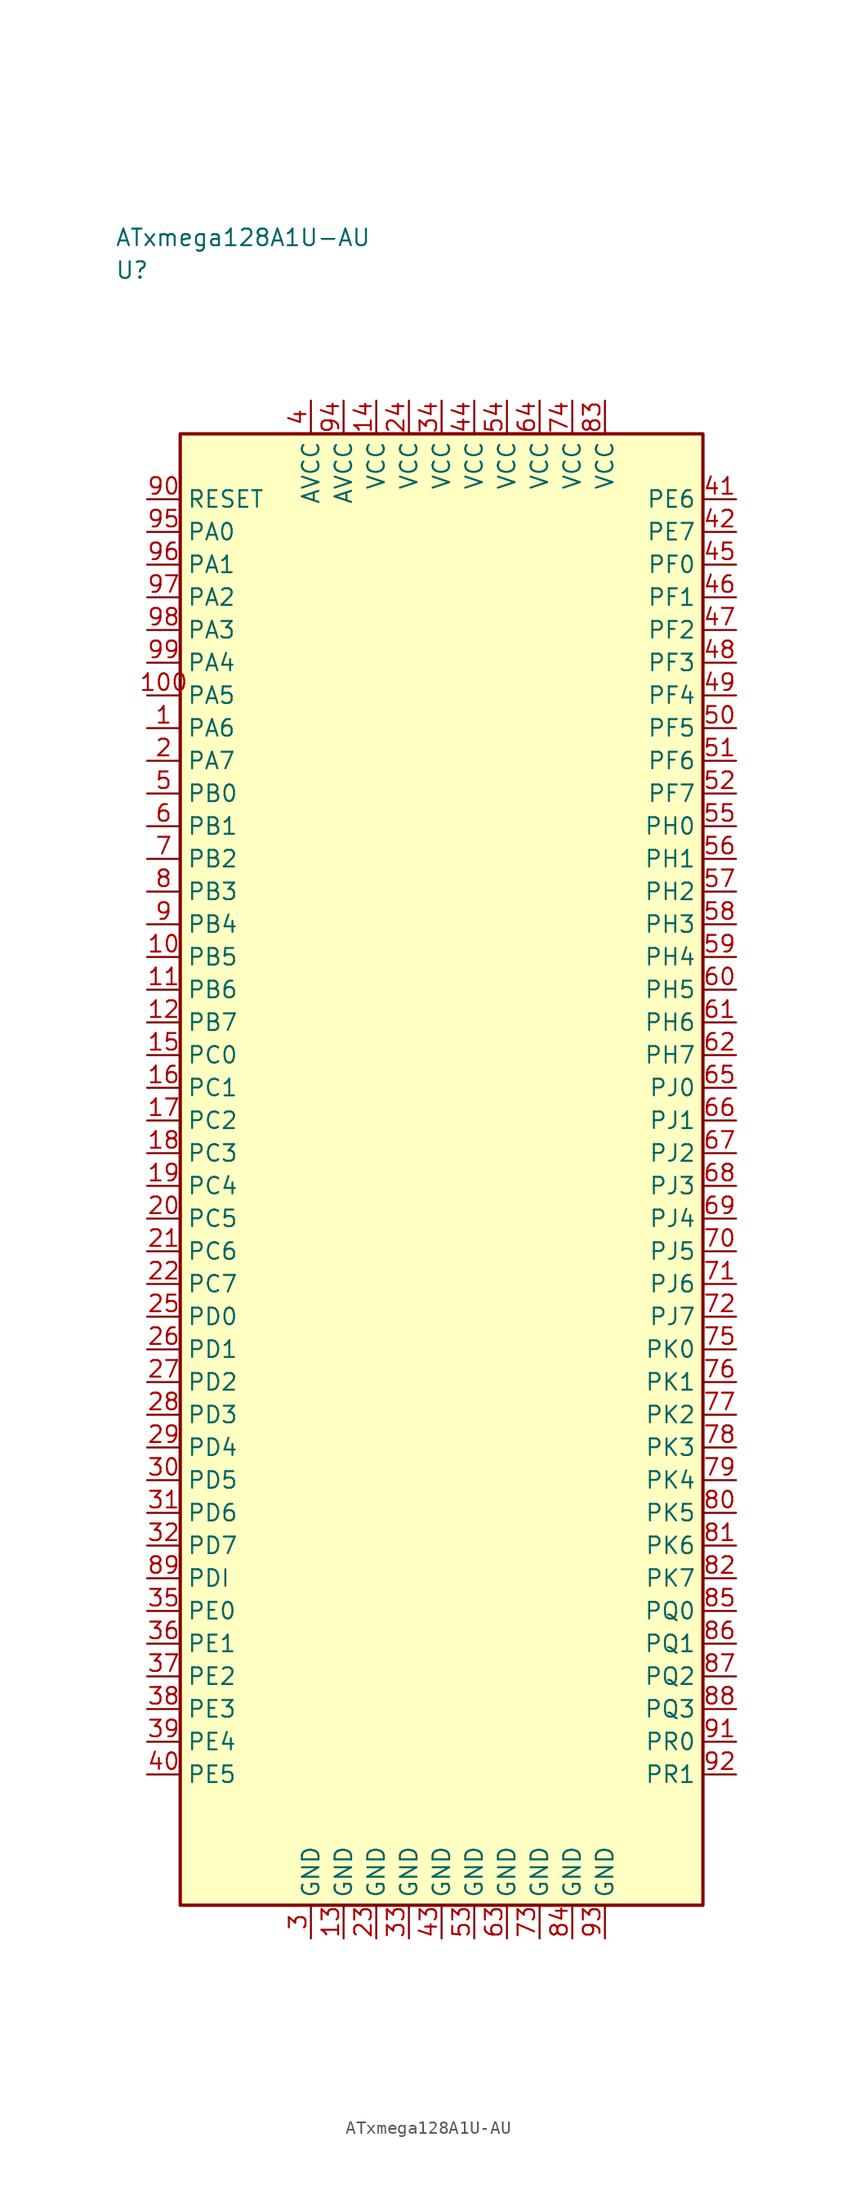
<source format=kicad_sym>
(kicad_symbol_lib
  (version 20241025)
  (generator "kicad_symbol_editor")
  (generator_version "8.0")
  (symbol "ATxmega128A1U-AU"
    (property "Reference" "U"
      (at -25.0 68.75 0)
      (effects (font (size 1.27 1.27)) (justify left)))
    (property "Value" "ATxmega128A1U-AU"
      (at -25.0 71.25 0)
      (effects (font (size 1.27 1.27)) (justify left)))
    (symbol "ATxmega128A1U-AU_0_1"
      (rectangle (start -20.0 56.25) (end 20.0 -56.25) (stroke (width 0.254) (type default)) (fill (type background))))
    (symbol "ATxmega128A1U-AU_1_1"
      (pin bidirectional line (at -22.54 33.75 0.0) (length 2.54) (name "PA6" (effects (font (size 1.27 1.27)))) (number "1" (effects (font (size 1.27 1.27)))))
      (pin bidirectional line (at -22.54 31.25 0.0) (length 2.54) (name "PA7" (effects (font (size 1.27 1.27)))) (number "2" (effects (font (size 1.27 1.27)))))
      (pin passive line (at -10.0 -58.79 90.0) (length 2.54) (name "GND" (effects (font (size 1.27 1.27)))) (number "3" (effects (font (size 1.27 1.27)))))
      (pin power_in line (at -10.0 58.79 270.0) (length 2.54) (name "AVCC" (effects (font (size 1.27 1.27)))) (number "4" (effects (font (size 1.27 1.27)))))
      (pin bidirectional line (at -22.54 28.75 0.0) (length 2.54) (name "PB0" (effects (font (size 1.27 1.27)))) (number "5" (effects (font (size 1.27 1.27)))))
      (pin bidirectional line (at -22.54 26.25 0.0) (length 2.54) (name "PB1" (effects (font (size 1.27 1.27)))) (number "6" (effects (font (size 1.27 1.27)))))
      (pin bidirectional line (at -22.54 23.75 0.0) (length 2.54) (name "PB2" (effects (font (size 1.27 1.27)))) (number "7" (effects (font (size 1.27 1.27)))))
      (pin bidirectional line (at -22.54 21.25 0.0) (length 2.54) (name "PB3" (effects (font (size 1.27 1.27)))) (number "8" (effects (font (size 1.27 1.27)))))
      (pin bidirectional line (at -22.54 18.75 0.0) (length 2.54) (name "PB4" (effects (font (size 1.27 1.27)))) (number "9" (effects (font (size 1.27 1.27)))))
      (pin bidirectional line (at -22.54 16.25 0.0) (length 2.54) (name "PB5" (effects (font (size 1.27 1.27)))) (number "10" (effects (font (size 1.27 1.27)))))
      (pin bidirectional line (at -22.54 13.75 0.0) (length 2.54) (name "PB6" (effects (font (size 1.27 1.27)))) (number "11" (effects (font (size 1.27 1.27)))))
      (pin bidirectional line (at -22.54 11.25 0.0) (length 2.54) (name "PB7" (effects (font (size 1.27 1.27)))) (number "12" (effects (font (size 1.27 1.27)))))
      (pin passive line (at -7.5 -58.79 90.0) (length 2.54) (name "GND" (effects (font (size 1.27 1.27)))) (number "13" (effects (font (size 1.27 1.27)))))
      (pin power_in line (at -5.0 58.79 270.0) (length 2.54) (name "VCC" (effects (font (size 1.27 1.27)))) (number "14" (effects (font (size 1.27 1.27)))))
      (pin bidirectional line (at -22.54 8.75 0.0) (length 2.54) (name "PC0" (effects (font (size 1.27 1.27)))) (number "15" (effects (font (size 1.27 1.27)))))
      (pin bidirectional line (at -22.54 6.25 0.0) (length 2.54) (name "PC1" (effects (font (size 1.27 1.27)))) (number "16" (effects (font (size 1.27 1.27)))))
      (pin bidirectional line (at -22.54 3.75 0.0) (length 2.54) (name "PC2" (effects (font (size 1.27 1.27)))) (number "17" (effects (font (size 1.27 1.27)))))
      (pin bidirectional line (at -22.54 1.25 0.0) (length 2.54) (name "PC3" (effects (font (size 1.27 1.27)))) (number "18" (effects (font (size 1.27 1.27)))))
      (pin bidirectional line (at -22.54 -1.25 0.0) (length 2.54) (name "PC4" (effects (font (size 1.27 1.27)))) (number "19" (effects (font (size 1.27 1.27)))))
      (pin bidirectional line (at -22.54 -3.75 0.0) (length 2.54) (name "PC5" (effects (font (size 1.27 1.27)))) (number "20" (effects (font (size 1.27 1.27)))))
      (pin bidirectional line (at -22.54 -6.25 0.0) (length 2.54) (name "PC6" (effects (font (size 1.27 1.27)))) (number "21" (effects (font (size 1.27 1.27)))))
      (pin bidirectional line (at -22.54 -8.75 0.0) (length 2.54) (name "PC7" (effects (font (size 1.27 1.27)))) (number "22" (effects (font (size 1.27 1.27)))))
      (pin passive line (at -5.0 -58.79 90.0) (length 2.54) (name "GND" (effects (font (size 1.27 1.27)))) (number "23" (effects (font (size 1.27 1.27)))))
      (pin power_in line (at -2.5 58.79 270.0) (length 2.54) (name "VCC" (effects (font (size 1.27 1.27)))) (number "24" (effects (font (size 1.27 1.27)))))
      (pin bidirectional line (at -22.54 -11.25 0.0) (length 2.54) (name "PD0" (effects (font (size 1.27 1.27)))) (number "25" (effects (font (size 1.27 1.27)))))
      (pin bidirectional line (at -22.54 -13.75 0.0) (length 2.54) (name "PD1" (effects (font (size 1.27 1.27)))) (number "26" (effects (font (size 1.27 1.27)))))
      (pin bidirectional line (at -22.54 -16.25 0.0) (length 2.54) (name "PD2" (effects (font (size 1.27 1.27)))) (number "27" (effects (font (size 1.27 1.27)))))
      (pin bidirectional line (at -22.54 -18.75 0.0) (length 2.54) (name "PD3" (effects (font (size 1.27 1.27)))) (number "28" (effects (font (size 1.27 1.27)))))
      (pin bidirectional line (at -22.54 -21.25 0.0) (length 2.54) (name "PD4" (effects (font (size 1.27 1.27)))) (number "29" (effects (font (size 1.27 1.27)))))
      (pin bidirectional line (at -22.54 -23.75 0.0) (length 2.54) (name "PD5" (effects (font (size 1.27 1.27)))) (number "30" (effects (font (size 1.27 1.27)))))
      (pin bidirectional line (at -22.54 -26.25 0.0) (length 2.54) (name "PD6" (effects (font (size 1.27 1.27)))) (number "31" (effects (font (size 1.27 1.27)))))
      (pin bidirectional line (at -22.54 -28.75 0.0) (length 2.54) (name "PD7" (effects (font (size 1.27 1.27)))) (number "32" (effects (font (size 1.27 1.27)))))
      (pin passive line (at -2.5 -58.79 90.0) (length 2.54) (name "GND" (effects (font (size 1.27 1.27)))) (number "33" (effects (font (size 1.27 1.27)))))
      (pin power_in line (at 0.0 58.79 270.0) (length 2.54) (name "VCC" (effects (font (size 1.27 1.27)))) (number "34" (effects (font (size 1.27 1.27)))))
      (pin bidirectional line (at -22.54 -33.75 0.0) (length 2.54) (name "PE0" (effects (font (size 1.27 1.27)))) (number "35" (effects (font (size 1.27 1.27)))))
      (pin bidirectional line (at -22.54 -36.25 0.0) (length 2.54) (name "PE1" (effects (font (size 1.27 1.27)))) (number "36" (effects (font (size 1.27 1.27)))))
      (pin bidirectional line (at -22.54 -38.75 0.0) (length 2.54) (name "PE2" (effects (font (size 1.27 1.27)))) (number "37" (effects (font (size 1.27 1.27)))))
      (pin bidirectional line (at -22.54 -41.25 0.0) (length 2.54) (name "PE3" (effects (font (size 1.27 1.27)))) (number "38" (effects (font (size 1.27 1.27)))))
      (pin bidirectional line (at -22.54 -43.75 0.0) (length 2.54) (name "PE4" (effects (font (size 1.27 1.27)))) (number "39" (effects (font (size 1.27 1.27)))))
      (pin bidirectional line (at -22.54 -46.25 0.0) (length 2.54) (name "PE5" (effects (font (size 1.27 1.27)))) (number "40" (effects (font (size 1.27 1.27)))))
      (pin bidirectional line (at 22.54 51.25 180.0) (length 2.54) (name "PE6" (effects (font (size 1.27 1.27)))) (number "41" (effects (font (size 1.27 1.27)))))
      (pin bidirectional line (at 22.54 48.75 180.0) (length 2.54) (name "PE7" (effects (font (size 1.27 1.27)))) (number "42" (effects (font (size 1.27 1.27)))))
      (pin passive line (at 0.0 -58.79 90.0) (length 2.54) (name "GND" (effects (font (size 1.27 1.27)))) (number "43" (effects (font (size 1.27 1.27)))))
      (pin power_in line (at 2.5 58.79 270.0) (length 2.54) (name "VCC" (effects (font (size 1.27 1.27)))) (number "44" (effects (font (size 1.27 1.27)))))
      (pin bidirectional line (at 22.54 46.25 180.0) (length 2.54) (name "PF0" (effects (font (size 1.27 1.27)))) (number "45" (effects (font (size 1.27 1.27)))))
      (pin bidirectional line (at 22.54 43.75 180.0) (length 2.54) (name "PF1" (effects (font (size 1.27 1.27)))) (number "46" (effects (font (size 1.27 1.27)))))
      (pin bidirectional line (at 22.54 41.25 180.0) (length 2.54) (name "PF2" (effects (font (size 1.27 1.27)))) (number "47" (effects (font (size 1.27 1.27)))))
      (pin bidirectional line (at 22.54 38.75 180.0) (length 2.54) (name "PF3" (effects (font (size 1.27 1.27)))) (number "48" (effects (font (size 1.27 1.27)))))
      (pin bidirectional line (at 22.54 36.25 180.0) (length 2.54) (name "PF4" (effects (font (size 1.27 1.27)))) (number "49" (effects (font (size 1.27 1.27)))))
      (pin bidirectional line (at 22.54 33.75 180.0) (length 2.54) (name "PF5" (effects (font (size 1.27 1.27)))) (number "50" (effects (font (size 1.27 1.27)))))
      (pin bidirectional line (at 22.54 31.25 180.0) (length 2.54) (name "PF6" (effects (font (size 1.27 1.27)))) (number "51" (effects (font (size 1.27 1.27)))))
      (pin bidirectional line (at 22.54 28.75 180.0) (length 2.54) (name "PF7" (effects (font (size 1.27 1.27)))) (number "52" (effects (font (size 1.27 1.27)))))
      (pin passive line (at 2.5 -58.79 90.0) (length 2.54) (name "GND" (effects (font (size 1.27 1.27)))) (number "53" (effects (font (size 1.27 1.27)))))
      (pin power_in line (at 5.0 58.79 270.0) (length 2.54) (name "VCC" (effects (font (size 1.27 1.27)))) (number "54" (effects (font (size 1.27 1.27)))))
      (pin bidirectional line (at 22.54 26.25 180.0) (length 2.54) (name "PH0" (effects (font (size 1.27 1.27)))) (number "55" (effects (font (size 1.27 1.27)))))
      (pin bidirectional line (at 22.54 23.75 180.0) (length 2.54) (name "PH1" (effects (font (size 1.27 1.27)))) (number "56" (effects (font (size 1.27 1.27)))))
      (pin bidirectional line (at 22.54 21.25 180.0) (length 2.54) (name "PH2" (effects (font (size 1.27 1.27)))) (number "57" (effects (font (size 1.27 1.27)))))
      (pin bidirectional line (at 22.54 18.75 180.0) (length 2.54) (name "PH3" (effects (font (size 1.27 1.27)))) (number "58" (effects (font (size 1.27 1.27)))))
      (pin bidirectional line (at 22.54 16.25 180.0) (length 2.54) (name "PH4" (effects (font (size 1.27 1.27)))) (number "59" (effects (font (size 1.27 1.27)))))
      (pin bidirectional line (at 22.54 13.75 180.0) (length 2.54) (name "PH5" (effects (font (size 1.27 1.27)))) (number "60" (effects (font (size 1.27 1.27)))))
      (pin bidirectional line (at 22.54 11.25 180.0) (length 2.54) (name "PH6" (effects (font (size 1.27 1.27)))) (number "61" (effects (font (size 1.27 1.27)))))
      (pin bidirectional line (at 22.54 8.75 180.0) (length 2.54) (name "PH7" (effects (font (size 1.27 1.27)))) (number "62" (effects (font (size 1.27 1.27)))))
      (pin passive line (at 5.0 -58.79 90.0) (length 2.54) (name "GND" (effects (font (size 1.27 1.27)))) (number "63" (effects (font (size 1.27 1.27)))))
      (pin power_in line (at 7.5 58.79 270.0) (length 2.54) (name "VCC" (effects (font (size 1.27 1.27)))) (number "64" (effects (font (size 1.27 1.27)))))
      (pin bidirectional line (at 22.54 6.25 180.0) (length 2.54) (name "PJ0" (effects (font (size 1.27 1.27)))) (number "65" (effects (font (size 1.27 1.27)))))
      (pin bidirectional line (at 22.54 3.75 180.0) (length 2.54) (name "PJ1" (effects (font (size 1.27 1.27)))) (number "66" (effects (font (size 1.27 1.27)))))
      (pin bidirectional line (at 22.54 1.25 180.0) (length 2.54) (name "PJ2" (effects (font (size 1.27 1.27)))) (number "67" (effects (font (size 1.27 1.27)))))
      (pin bidirectional line (at 22.54 -1.25 180.0) (length 2.54) (name "PJ3" (effects (font (size 1.27 1.27)))) (number "68" (effects (font (size 1.27 1.27)))))
      (pin bidirectional line (at 22.54 -3.75 180.0) (length 2.54) (name "PJ4" (effects (font (size 1.27 1.27)))) (number "69" (effects (font (size 1.27 1.27)))))
      (pin bidirectional line (at 22.54 -6.25 180.0) (length 2.54) (name "PJ5" (effects (font (size 1.27 1.27)))) (number "70" (effects (font (size 1.27 1.27)))))
      (pin bidirectional line (at 22.54 -8.75 180.0) (length 2.54) (name "PJ6" (effects (font (size 1.27 1.27)))) (number "71" (effects (font (size 1.27 1.27)))))
      (pin bidirectional line (at 22.54 -11.25 180.0) (length 2.54) (name "PJ7" (effects (font (size 1.27 1.27)))) (number "72" (effects (font (size 1.27 1.27)))))
      (pin passive line (at 7.5 -58.79 90.0) (length 2.54) (name "GND" (effects (font (size 1.27 1.27)))) (number "73" (effects (font (size 1.27 1.27)))))
      (pin power_in line (at 10.0 58.79 270.0) (length 2.54) (name "VCC" (effects (font (size 1.27 1.27)))) (number "74" (effects (font (size 1.27 1.27)))))
      (pin bidirectional line (at 22.54 -13.75 180.0) (length 2.54) (name "PK0" (effects (font (size 1.27 1.27)))) (number "75" (effects (font (size 1.27 1.27)))))
      (pin bidirectional line (at 22.54 -16.25 180.0) (length 2.54) (name "PK1" (effects (font (size 1.27 1.27)))) (number "76" (effects (font (size 1.27 1.27)))))
      (pin bidirectional line (at 22.54 -18.75 180.0) (length 2.54) (name "PK2" (effects (font (size 1.27 1.27)))) (number "77" (effects (font (size 1.27 1.27)))))
      (pin bidirectional line (at 22.54 -21.25 180.0) (length 2.54) (name "PK3" (effects (font (size 1.27 1.27)))) (number "78" (effects (font (size 1.27 1.27)))))
      (pin bidirectional line (at 22.54 -23.75 180.0) (length 2.54) (name "PK4" (effects (font (size 1.27 1.27)))) (number "79" (effects (font (size 1.27 1.27)))))
      (pin bidirectional line (at 22.54 -26.25 180.0) (length 2.54) (name "PK5" (effects (font (size 1.27 1.27)))) (number "80" (effects (font (size 1.27 1.27)))))
      (pin bidirectional line (at 22.54 -28.75 180.0) (length 2.54) (name "PK6" (effects (font (size 1.27 1.27)))) (number "81" (effects (font (size 1.27 1.27)))))
      (pin bidirectional line (at 22.54 -31.25 180.0) (length 2.54) (name "PK7" (effects (font (size 1.27 1.27)))) (number "82" (effects (font (size 1.27 1.27)))))
      (pin power_in line (at 12.5 58.79 270.0) (length 2.54) (name "VCC" (effects (font (size 1.27 1.27)))) (number "83" (effects (font (size 1.27 1.27)))))
      (pin passive line (at 10.0 -58.79 90.0) (length 2.54) (name "GND" (effects (font (size 1.27 1.27)))) (number "84" (effects (font (size 1.27 1.27)))))
      (pin bidirectional line (at 22.54 -33.75 180.0) (length 2.54) (name "PQ0" (effects (font (size 1.27 1.27)))) (number "85" (effects (font (size 1.27 1.27)))))
      (pin bidirectional line (at 22.54 -36.25 180.0) (length 2.54) (name "PQ1" (effects (font (size 1.27 1.27)))) (number "86" (effects (font (size 1.27 1.27)))))
      (pin bidirectional line (at 22.54 -38.75 180.0) (length 2.54) (name "PQ2" (effects (font (size 1.27 1.27)))) (number "87" (effects (font (size 1.27 1.27)))))
      (pin bidirectional line (at 22.54 -41.25 180.0) (length 2.54) (name "PQ3" (effects (font (size 1.27 1.27)))) (number "88" (effects (font (size 1.27 1.27)))))
      (pin bidirectional line (at -22.54 -31.25 0.0) (length 2.54) (name "PDI" (effects (font (size 1.27 1.27)))) (number "89" (effects (font (size 1.27 1.27)))))
      (pin input line (at -22.54 51.25 0.0) (length 2.54) (name "RESET" (effects (font (size 1.27 1.27)))) (number "90" (effects (font (size 1.27 1.27)))))
      (pin bidirectional line (at 22.54 -43.75 180.0) (length 2.54) (name "PR0" (effects (font (size 1.27 1.27)))) (number "91" (effects (font (size 1.27 1.27)))))
      (pin bidirectional line (at 22.54 -46.25 180.0) (length 2.54) (name "PR1" (effects (font (size 1.27 1.27)))) (number "92" (effects (font (size 1.27 1.27)))))
      (pin passive line (at 12.5 -58.79 90.0) (length 2.54) (name "GND" (effects (font (size 1.27 1.27)))) (number "93" (effects (font (size 1.27 1.27)))))
      (pin power_in line (at -7.5 58.79 270.0) (length 2.54) (name "AVCC" (effects (font (size 1.27 1.27)))) (number "94" (effects (font (size 1.27 1.27)))))
      (pin bidirectional line (at -22.54 48.75 0.0) (length 2.54) (name "PA0" (effects (font (size 1.27 1.27)))) (number "95" (effects (font (size 1.27 1.27)))))
      (pin bidirectional line (at -22.54 46.25 0.0) (length 2.54) (name "PA1" (effects (font (size 1.27 1.27)))) (number "96" (effects (font (size 1.27 1.27)))))
      (pin bidirectional line (at -22.54 43.75 0.0) (length 2.54) (name "PA2" (effects (font (size 1.27 1.27)))) (number "97" (effects (font (size 1.27 1.27)))))
      (pin bidirectional line (at -22.54 41.25 0.0) (length 2.54) (name "PA3" (effects (font (size 1.27 1.27)))) (number "98" (effects (font (size 1.27 1.27)))))
      (pin bidirectional line (at -22.54 38.75 0.0) (length 2.54) (name "PA4" (effects (font (size 1.27 1.27)))) (number "99" (effects (font (size 1.27 1.27)))))
      (pin bidirectional line (at -22.54 36.25 0.0) (length 2.54) (name "PA5" (effects (font (size 1.27 1.27)))) (number "100" (effects (font (size 1.27 1.27))))))))
</source>
